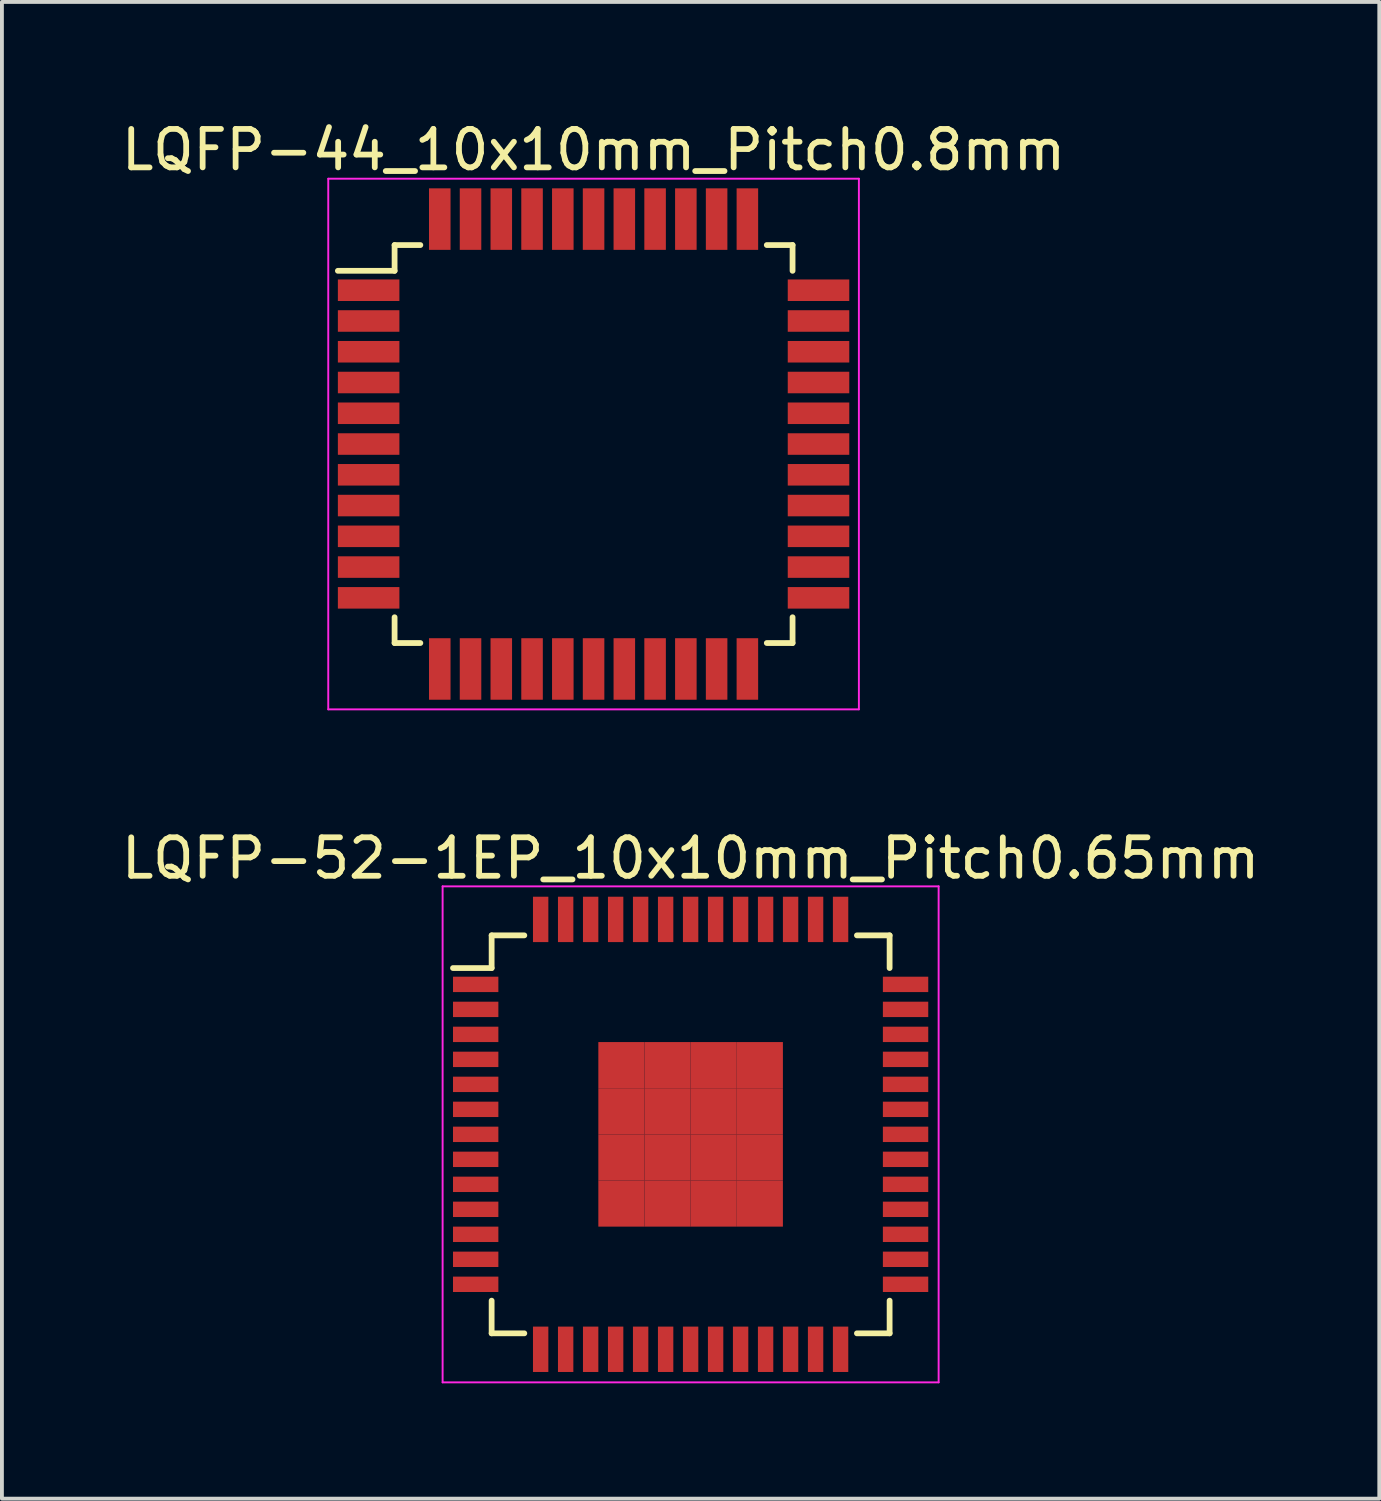
<source format=kicad_pcb>
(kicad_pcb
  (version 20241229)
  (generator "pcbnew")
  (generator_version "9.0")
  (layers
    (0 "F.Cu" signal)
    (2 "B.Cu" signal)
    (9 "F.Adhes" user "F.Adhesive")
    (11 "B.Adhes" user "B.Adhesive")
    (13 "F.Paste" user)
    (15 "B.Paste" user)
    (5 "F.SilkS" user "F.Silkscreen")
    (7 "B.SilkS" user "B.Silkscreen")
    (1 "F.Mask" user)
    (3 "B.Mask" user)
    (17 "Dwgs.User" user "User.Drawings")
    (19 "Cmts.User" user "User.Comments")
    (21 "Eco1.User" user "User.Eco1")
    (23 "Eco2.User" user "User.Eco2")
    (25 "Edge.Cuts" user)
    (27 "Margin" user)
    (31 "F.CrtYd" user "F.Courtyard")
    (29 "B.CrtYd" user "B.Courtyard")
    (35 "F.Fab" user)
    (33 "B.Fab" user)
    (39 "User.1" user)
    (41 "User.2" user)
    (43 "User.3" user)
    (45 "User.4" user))
  (footprint "LQFP-52-1EP_10x10mm_Pitch0.65mm"
    (layer "F.Cu")
    (at 14.911 26.451)
    (property "Reference" "LQFP-52-1EP_10x10mm_Pitch0.65mm" (at 0 -7.18 0) (layer "F.SilkS") (effects (font (size 1 1) (thickness 0.15))))
    (attr smd)
    (fp_line (start -5.175 -5.175) (end -5.175 -4.325) (stroke (width 0.15) (type solid)) (layer "F.SilkS"))
    (fp_line (start -5.175 -5.175) (end -4.325 -5.175) (stroke (width 0.15) (type solid)) (layer "F.SilkS"))
    (fp_line (start -5.175 -4.325) (end -6.18 -4.325) (stroke (width 0.15) (type solid)) (layer "F.SilkS"))
    (fp_line (start -5.175 5.175) (end -5.175 4.325) (stroke (width 0.15) (type solid)) (layer "F.SilkS"))
    (fp_line (start -5.175 5.175) (end -4.325 5.175) (stroke (width 0.15) (type solid)) (layer "F.SilkS"))
    (fp_line (start 5.175 -5.175) (end 4.325 -5.175) (stroke (width 0.15) (type solid)) (layer "F.SilkS"))
    (fp_line (start 5.175 -5.175) (end 5.175 -4.325) (stroke (width 0.15) (type solid)) (layer "F.SilkS"))
    (fp_line (start 5.175 5.175) (end 4.325 5.175) (stroke (width 0.15) (type solid)) (layer "F.SilkS"))
    (fp_line (start 5.175 5.175) (end 5.175 4.325) (stroke (width 0.15) (type solid)) (layer "F.SilkS"))
    (fp_line (start -6.45 -6.45) (end -6.45 6.45) (stroke (width 0.05) (type solid)) (layer "F.CrtYd"))
    (fp_line (start -6.45 -6.45) (end 6.45 -6.45) (stroke (width 0.05) (type solid)) (layer "F.CrtYd"))
    (fp_line (start -6.45 6.45) (end 6.45 6.45) (stroke (width 0.05) (type solid)) (layer "F.CrtYd"))
    (fp_line (start 6.45 -6.45) (end 6.45 6.45) (stroke (width 0.05) (type solid)) (layer "F.CrtYd"))
    (pad "1" smd rect (at -5.59 -3.9) (size 1.18 0.4) (layers "F.Cu" "F.Mask" "F.Paste"))
    (pad "2" smd rect (at -5.59 -3.25) (size 1.18 0.4) (layers "F.Cu" "F.Mask" "F.Paste"))
    (pad "3" smd rect (at -5.59 -2.6) (size 1.18 0.4) (layers "F.Cu" "F.Mask" "F.Paste"))
    (pad "4" smd rect (at -5.59 -1.95) (size 1.18 0.4) (layers "F.Cu" "F.Mask" "F.Paste"))
    (pad "5" smd rect (at -5.59 -1.3) (size 1.18 0.4) (layers "F.Cu" "F.Mask" "F.Paste"))
    (pad "6" smd rect (at -5.59 -0.65) (size 1.18 0.4) (layers "F.Cu" "F.Mask" "F.Paste"))
    (pad "7" smd rect (at -5.59 0) (size 1.18 0.4) (layers "F.Cu" "F.Mask" "F.Paste"))
    (pad "8" smd rect (at -5.59 0.65) (size 1.18 0.4) (layers "F.Cu" "F.Mask" "F.Paste"))
    (pad "9" smd rect (at -5.59 1.3) (size 1.18 0.4) (layers "F.Cu" "F.Mask" "F.Paste"))
    (pad "10" smd rect (at -5.59 1.95) (size 1.18 0.4) (layers "F.Cu" "F.Mask" "F.Paste"))
    (pad "11" smd rect (at -5.59 2.6) (size 1.18 0.4) (layers "F.Cu" "F.Mask" "F.Paste"))
    (pad "12" smd rect (at -5.59 3.25) (size 1.18 0.4) (layers "F.Cu" "F.Mask" "F.Paste"))
    (pad "13" smd rect (at -5.59 3.9) (size 1.18 0.4) (layers "F.Cu" "F.Mask" "F.Paste"))
    (pad "14" smd rect (at -3.9 5.59 90) (size 1.18 0.4) (layers "F.Cu" "F.Mask" "F.Paste"))
    (pad "15" smd rect (at -3.25 5.59 90) (size 1.18 0.4) (layers "F.Cu" "F.Mask" "F.Paste"))
    (pad "16" smd rect (at -2.6 5.59 90) (size 1.18 0.4) (layers "F.Cu" "F.Mask" "F.Paste"))
    (pad "17" smd rect (at -1.95 5.59 90) (size 1.18 0.4) (layers "F.Cu" "F.Mask" "F.Paste"))
    (pad "18" smd rect (at -1.3 5.59 90) (size 1.18 0.4) (layers "F.Cu" "F.Mask" "F.Paste"))
    (pad "19" smd rect (at -0.65 5.59 90) (size 1.18 0.4) (layers "F.Cu" "F.Mask" "F.Paste"))
    (pad "20" smd rect (at 0 5.59 90) (size 1.18 0.4) (layers "F.Cu" "F.Mask" "F.Paste"))
    (pad "21" smd rect (at 0.65 5.59 90) (size 1.18 0.4) (layers "F.Cu" "F.Mask" "F.Paste"))
    (pad "22" smd rect (at 1.3 5.59 90) (size 1.18 0.4) (layers "F.Cu" "F.Mask" "F.Paste"))
    (pad "23" smd rect (at 1.95 5.59 90) (size 1.18 0.4) (layers "F.Cu" "F.Mask" "F.Paste"))
    (pad "24" smd rect (at 2.6 5.59 90) (size 1.18 0.4) (layers "F.Cu" "F.Mask" "F.Paste"))
    (pad "25" smd rect (at 3.25 5.59 90) (size 1.18 0.4) (layers "F.Cu" "F.Mask" "F.Paste"))
    (pad "26" smd rect (at 3.9 5.59 90) (size 1.18 0.4) (layers "F.Cu" "F.Mask" "F.Paste"))
    (pad "27" smd rect (at 5.59 3.9) (size 1.18 0.4) (layers "F.Cu" "F.Mask" "F.Paste"))
    (pad "28" smd rect (at 5.59 3.25) (size 1.18 0.4) (layers "F.Cu" "F.Mask" "F.Paste"))
    (pad "29" smd rect (at 5.59 2.6) (size 1.18 0.4) (layers "F.Cu" "F.Mask" "F.Paste"))
    (pad "30" smd rect (at 5.59 1.95) (size 1.18 0.4) (layers "F.Cu" "F.Mask" "F.Paste"))
    (pad "31" smd rect (at 5.59 1.3) (size 1.18 0.4) (layers "F.Cu" "F.Mask" "F.Paste"))
    (pad "32" smd rect (at 5.59 0.65) (size 1.18 0.4) (layers "F.Cu" "F.Mask" "F.Paste"))
    (pad "33" smd rect (at 5.59 0) (size 1.18 0.4) (layers "F.Cu" "F.Mask" "F.Paste"))
    (pad "34" smd rect (at 5.59 -0.65) (size 1.18 0.4) (layers "F.Cu" "F.Mask" "F.Paste"))
    (pad "35" smd rect (at 5.59 -1.3) (size 1.18 0.4) (layers "F.Cu" "F.Mask" "F.Paste"))
    (pad "36" smd rect (at 5.59 -1.95) (size 1.18 0.4) (layers "F.Cu" "F.Mask" "F.Paste"))
    (pad "37" smd rect (at 5.59 -2.6) (size 1.18 0.4) (layers "F.Cu" "F.Mask" "F.Paste"))
    (pad "38" smd rect (at 5.59 -3.25) (size 1.18 0.4) (layers "F.Cu" "F.Mask" "F.Paste"))
    (pad "39" smd rect (at 5.59 -3.9) (size 1.18 0.4) (layers "F.Cu" "F.Mask" "F.Paste"))
    (pad "40" smd rect (at 3.9 -5.59 90) (size 1.18 0.4) (layers "F.Cu" "F.Mask" "F.Paste"))
    (pad "41" smd rect (at 3.25 -5.59 90) (size 1.18 0.4) (layers "F.Cu" "F.Mask" "F.Paste"))
    (pad "42" smd rect (at 2.6 -5.59 90) (size 1.18 0.4) (layers "F.Cu" "F.Mask" "F.Paste"))
    (pad "43" smd rect (at 1.95 -5.59 90) (size 1.18 0.4) (layers "F.Cu" "F.Mask" "F.Paste"))
    (pad "44" smd rect (at 1.3 -5.59 90) (size 1.18 0.4) (layers "F.Cu" "F.Mask" "F.Paste"))
    (pad "45" smd rect (at 0.65 -5.59 90) (size 1.18 0.4) (layers "F.Cu" "F.Mask" "F.Paste"))
    (pad "46" smd rect (at 0 -5.59 90) (size 1.18 0.4) (layers "F.Cu" "F.Mask" "F.Paste"))
    (pad "47" smd rect (at -0.65 -5.59 90) (size 1.18 0.4) (layers "F.Cu" "F.Mask" "F.Paste"))
    (pad "48" smd rect (at -1.3 -5.59 90) (size 1.18 0.4) (layers "F.Cu" "F.Mask" "F.Paste"))
    (pad "49" smd rect (at -1.95 -5.59 90) (size 1.18 0.4) (layers "F.Cu" "F.Mask" "F.Paste"))
    (pad "50" smd rect (at -2.6 -5.59 90) (size 1.18 0.4) (layers "F.Cu" "F.Mask" "F.Paste"))
    (pad "51" smd rect (at -3.25 -5.59 90) (size 1.18 0.4) (layers "F.Cu" "F.Mask" "F.Paste"))
    (pad "52" smd rect (at -3.9 -5.59 90) (size 1.18 0.4) (layers "F.Cu" "F.Mask" "F.Paste"))
    (pad "53" smd rect (at -1.8 -1.8) (size 1.2 1.2) (layers "F.Cu" "F.Mask" "F.Paste"))
    (pad "53" smd rect (at -1.8 -0.6) (size 1.2 1.2) (layers "F.Cu" "F.Mask" "F.Paste"))
    (pad "53" smd rect (at -1.8 0.6) (size 1.2 1.2) (layers "F.Cu" "F.Mask" "F.Paste"))
    (pad "53" smd rect (at -1.8 1.8) (size 1.2 1.2) (layers "F.Cu" "F.Mask" "F.Paste"))
    (pad "53" smd rect (at -0.6 -1.8) (size 1.2 1.2) (layers "F.Cu" "F.Mask" "F.Paste"))
    (pad "53" smd rect (at -0.6 -0.6) (size 1.2 1.2) (layers "F.Cu" "F.Mask" "F.Paste"))
    (pad "53" smd rect (at -0.6 0.6) (size 1.2 1.2) (layers "F.Cu" "F.Mask" "F.Paste"))
    (pad "53" smd rect (at -0.6 1.8) (size 1.2 1.2) (layers "F.Cu" "F.Mask" "F.Paste"))
    (pad "53" smd rect (at 0.6 -1.8) (size 1.2 1.2) (layers "F.Cu" "F.Mask" "F.Paste"))
    (pad "53" smd rect (at 0.6 -0.6) (size 1.2 1.2) (layers "F.Cu" "F.Mask" "F.Paste"))
    (pad "53" smd rect (at 0.6 0.6) (size 1.2 1.2) (layers "F.Cu" "F.Mask" "F.Paste"))
    (pad "53" smd rect (at 0.6 1.8) (size 1.2 1.2) (layers "F.Cu" "F.Mask" "F.Paste"))
    (pad "53" smd rect (at 1.8 -1.8) (size 1.2 1.2) (layers "F.Cu" "F.Mask" "F.Paste"))
    (pad "53" smd rect (at 1.8 -0.6) (size 1.2 1.2) (layers "F.Cu" "F.Mask" "F.Paste"))
    (pad "53" smd rect (at 1.8 0.6) (size 1.2 1.2) (layers "F.Cu" "F.Mask" "F.Paste"))
    (pad "53" smd rect (at 1.8 1.8) (size 1.2 1.2) (layers "F.Cu" "F.Mask" "F.Paste")))
  (footprint "LQFP-44_10x10mm_Pitch0.8mm"
    (layer "F.Cu")
    (at 12.387 8.498)
    (property "Reference" "LQFP-44_10x10mm_Pitch0.8mm" (at 0 -7.65 0) (layer "F.SilkS") (effects (font (size 1 1) (thickness 0.15))))
    (attr smd)
    (fp_line (start -5.175 -5.175) (end -5.175 -4.505) (stroke (width 0.15) (type solid)) (layer "F.SilkS"))
    (fp_line (start -5.175 -5.175) (end -4.505 -5.175) (stroke (width 0.15) (type solid)) (layer "F.SilkS"))
    (fp_line (start -5.175 -4.505) (end -6.65 -4.505) (stroke (width 0.15) (type solid)) (layer "F.SilkS"))
    (fp_line (start -5.175 5.175) (end -5.175 4.505) (stroke (width 0.15) (type solid)) (layer "F.SilkS"))
    (fp_line (start -5.175 5.175) (end -4.505 5.175) (stroke (width 0.15) (type solid)) (layer "F.SilkS"))
    (fp_line (start 5.175 -5.175) (end 4.505 -5.175) (stroke (width 0.15) (type solid)) (layer "F.SilkS"))
    (fp_line (start 5.175 -5.175) (end 5.175 -4.505) (stroke (width 0.15) (type solid)) (layer "F.SilkS"))
    (fp_line (start 5.175 5.175) (end 4.505 5.175) (stroke (width 0.15) (type solid)) (layer "F.SilkS"))
    (fp_line (start 5.175 5.175) (end 5.175 4.505) (stroke (width 0.15) (type solid)) (layer "F.SilkS"))
    (fp_line (start -6.9 -6.9) (end -6.9 6.9) (stroke (width 0.05) (type solid)) (layer "F.CrtYd"))
    (fp_line (start -6.9 -6.9) (end 6.9 -6.9) (stroke (width 0.05) (type solid)) (layer "F.CrtYd"))
    (fp_line (start -6.9 6.9) (end 6.9 6.9) (stroke (width 0.05) (type solid)) (layer "F.CrtYd"))
    (fp_line (start 6.9 -6.9) (end 6.9 6.9) (stroke (width 0.05) (type solid)) (layer "F.CrtYd"))
    (pad "1" smd rect (at -5.85 -4) (size 1.6 0.56) (layers "F.Cu" "F.Mask" "F.Paste"))
    (pad "2" smd rect (at -5.85 -3.2) (size 1.6 0.56) (layers "F.Cu" "F.Mask" "F.Paste"))
    (pad "3" smd rect (at -5.85 -2.4) (size 1.6 0.56) (layers "F.Cu" "F.Mask" "F.Paste"))
    (pad "4" smd rect (at -5.85 -1.6) (size 1.6 0.56) (layers "F.Cu" "F.Mask" "F.Paste"))
    (pad "5" smd rect (at -5.85 -0.8) (size 1.6 0.56) (layers "F.Cu" "F.Mask" "F.Paste"))
    (pad "6" smd rect (at -5.85 0) (size 1.6 0.56) (layers "F.Cu" "F.Mask" "F.Paste"))
    (pad "7" smd rect (at -5.85 0.8) (size 1.6 0.56) (layers "F.Cu" "F.Mask" "F.Paste"))
    (pad "8" smd rect (at -5.85 1.6) (size 1.6 0.56) (layers "F.Cu" "F.Mask" "F.Paste"))
    (pad "9" smd rect (at -5.85 2.4) (size 1.6 0.56) (layers "F.Cu" "F.Mask" "F.Paste"))
    (pad "10" smd rect (at -5.85 3.2) (size 1.6 0.56) (layers "F.Cu" "F.Mask" "F.Paste"))
    (pad "11" smd rect (at -5.85 4) (size 1.6 0.56) (layers "F.Cu" "F.Mask" "F.Paste"))
    (pad "12" smd rect (at -4 5.85 90) (size 1.6 0.56) (layers "F.Cu" "F.Mask" "F.Paste"))
    (pad "13" smd rect (at -3.2 5.85 90) (size 1.6 0.56) (layers "F.Cu" "F.Mask" "F.Paste"))
    (pad "14" smd rect (at -2.4 5.85 90) (size 1.6 0.56) (layers "F.Cu" "F.Mask" "F.Paste"))
    (pad "15" smd rect (at -1.6 5.85 90) (size 1.6 0.56) (layers "F.Cu" "F.Mask" "F.Paste"))
    (pad "16" smd rect (at -0.8 5.85 90) (size 1.6 0.56) (layers "F.Cu" "F.Mask" "F.Paste"))
    (pad "17" smd rect (at 0 5.85 90) (size 1.6 0.56) (layers "F.Cu" "F.Mask" "F.Paste"))
    (pad "18" smd rect (at 0.8 5.85 90) (size 1.6 0.56) (layers "F.Cu" "F.Mask" "F.Paste"))
    (pad "19" smd rect (at 1.6 5.85 90) (size 1.6 0.56) (layers "F.Cu" "F.Mask" "F.Paste"))
    (pad "20" smd rect (at 2.4 5.85 90) (size 1.6 0.56) (layers "F.Cu" "F.Mask" "F.Paste"))
    (pad "21" smd rect (at 3.2 5.85 90) (size 1.6 0.56) (layers "F.Cu" "F.Mask" "F.Paste"))
    (pad "22" smd rect (at 4 5.85 90) (size 1.6 0.56) (layers "F.Cu" "F.Mask" "F.Paste"))
    (pad "23" smd rect (at 5.85 4) (size 1.6 0.56) (layers "F.Cu" "F.Mask" "F.Paste"))
    (pad "24" smd rect (at 5.85 3.2) (size 1.6 0.56) (layers "F.Cu" "F.Mask" "F.Paste"))
    (pad "25" smd rect (at 5.85 2.4) (size 1.6 0.56) (layers "F.Cu" "F.Mask" "F.Paste"))
    (pad "26" smd rect (at 5.85 1.6) (size 1.6 0.56) (layers "F.Cu" "F.Mask" "F.Paste"))
    (pad "27" smd rect (at 5.85 0.8) (size 1.6 0.56) (layers "F.Cu" "F.Mask" "F.Paste"))
    (pad "28" smd rect (at 5.85 0) (size 1.6 0.56) (layers "F.Cu" "F.Mask" "F.Paste"))
    (pad "29" smd rect (at 5.85 -0.8) (size 1.6 0.56) (layers "F.Cu" "F.Mask" "F.Paste"))
    (pad "30" smd rect (at 5.85 -1.6) (size 1.6 0.56) (layers "F.Cu" "F.Mask" "F.Paste"))
    (pad "31" smd rect (at 5.85 -2.4) (size 1.6 0.56) (layers "F.Cu" "F.Mask" "F.Paste"))
    (pad "32" smd rect (at 5.85 -3.2) (size 1.6 0.56) (layers "F.Cu" "F.Mask" "F.Paste"))
    (pad "33" smd rect (at 5.85 -4) (size 1.6 0.56) (layers "F.Cu" "F.Mask" "F.Paste"))
    (pad "34" smd rect (at 4 -5.85 90) (size 1.6 0.56) (layers "F.Cu" "F.Mask" "F.Paste"))
    (pad "35" smd rect (at 3.2 -5.85 90) (size 1.6 0.56) (layers "F.Cu" "F.Mask" "F.Paste"))
    (pad "36" smd rect (at 2.4 -5.85 90) (size 1.6 0.56) (layers "F.Cu" "F.Mask" "F.Paste"))
    (pad "37" smd rect (at 1.6 -5.85 90) (size 1.6 0.56) (layers "F.Cu" "F.Mask" "F.Paste"))
    (pad "38" smd rect (at 0.8 -5.85 90) (size 1.6 0.56) (layers "F.Cu" "F.Mask" "F.Paste"))
    (pad "39" smd rect (at 0 -5.85 90) (size 1.6 0.56) (layers "F.Cu" "F.Mask" "F.Paste"))
    (pad "40" smd rect (at -0.8 -5.85 90) (size 1.6 0.56) (layers "F.Cu" "F.Mask" "F.Paste"))
    (pad "41" smd rect (at -1.6 -5.85 90) (size 1.6 0.56) (layers "F.Cu" "F.Mask" "F.Paste"))
    (pad "42" smd rect (at -2.4 -5.85 90) (size 1.6 0.56) (layers "F.Cu" "F.Mask" "F.Paste"))
    (pad "43" smd rect (at -3.2 -5.85 90) (size 1.6 0.56) (layers "F.Cu" "F.Mask" "F.Paste"))
    (pad "44" smd rect (at -4 -5.85 90) (size 1.6 0.56) (layers "F.Cu" "F.Mask" "F.Paste")))
  (gr_rect
    (start -3 -3)
    (end 32.821 35.926)
    (stroke (width 0.1) (type default))
    (fill no)
    (layer "Edge.Cuts")))
</source>
